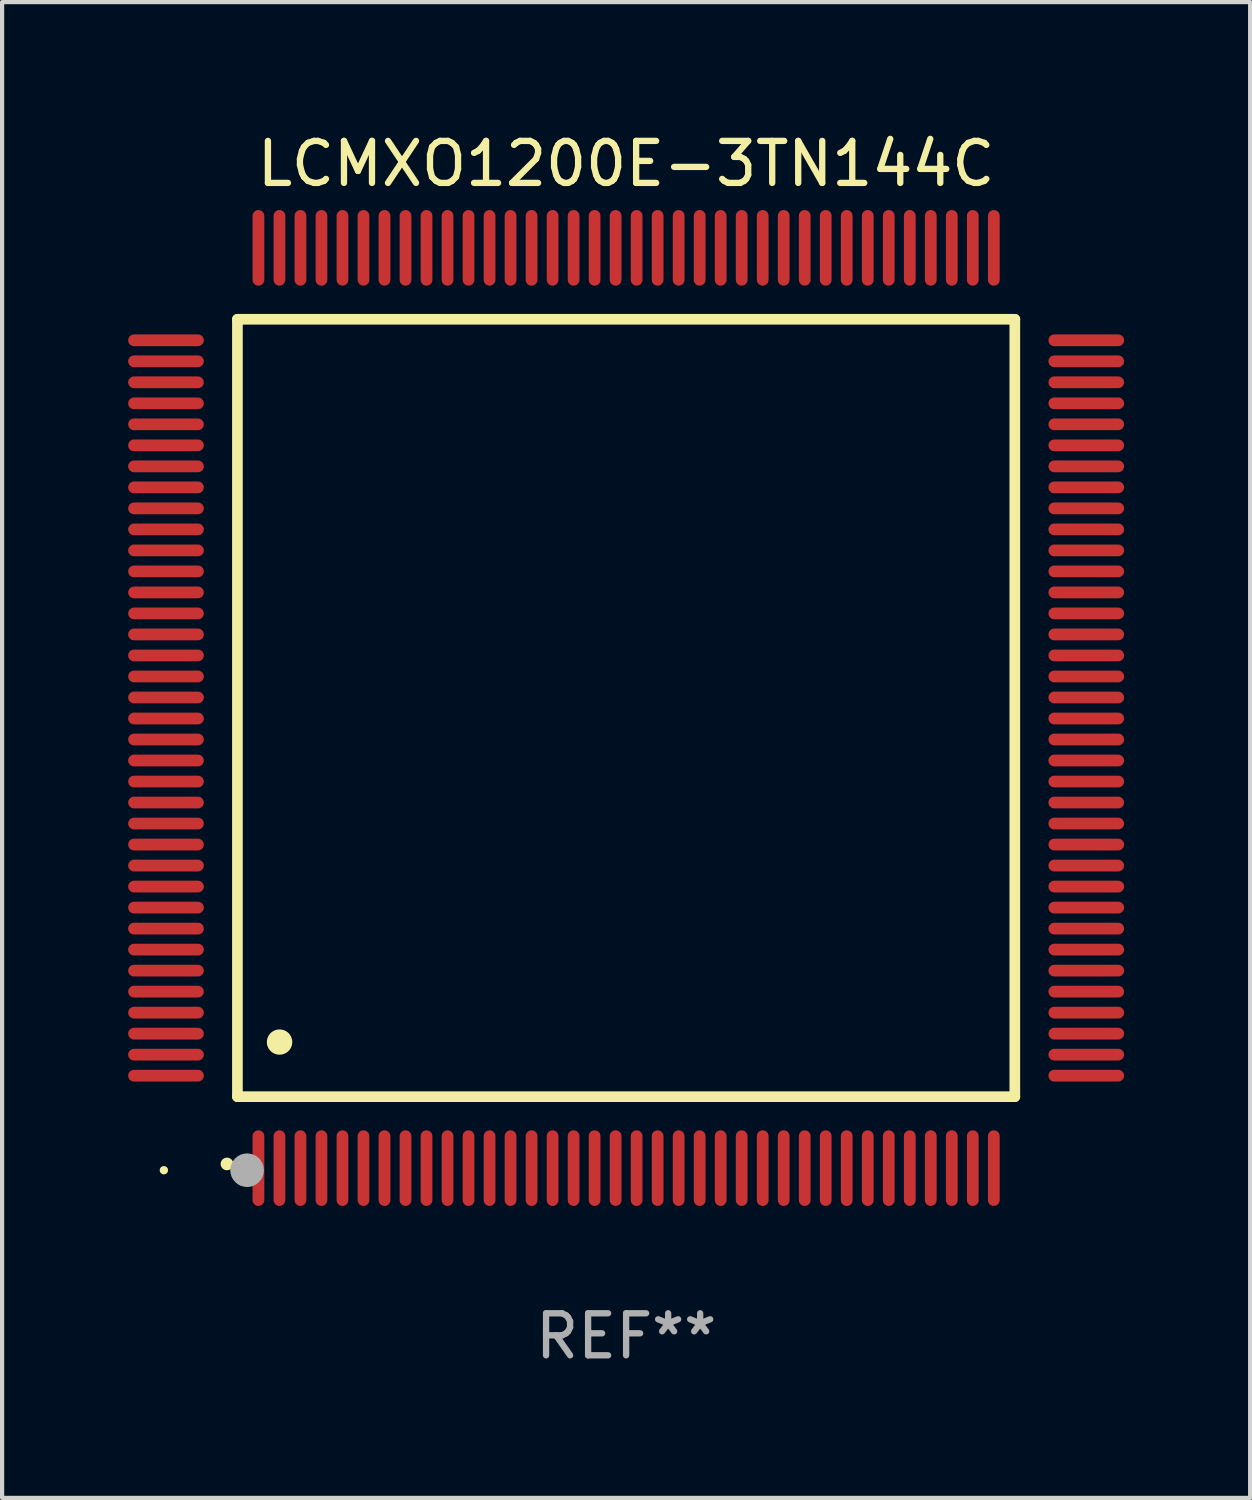
<source format=kicad_pcb>
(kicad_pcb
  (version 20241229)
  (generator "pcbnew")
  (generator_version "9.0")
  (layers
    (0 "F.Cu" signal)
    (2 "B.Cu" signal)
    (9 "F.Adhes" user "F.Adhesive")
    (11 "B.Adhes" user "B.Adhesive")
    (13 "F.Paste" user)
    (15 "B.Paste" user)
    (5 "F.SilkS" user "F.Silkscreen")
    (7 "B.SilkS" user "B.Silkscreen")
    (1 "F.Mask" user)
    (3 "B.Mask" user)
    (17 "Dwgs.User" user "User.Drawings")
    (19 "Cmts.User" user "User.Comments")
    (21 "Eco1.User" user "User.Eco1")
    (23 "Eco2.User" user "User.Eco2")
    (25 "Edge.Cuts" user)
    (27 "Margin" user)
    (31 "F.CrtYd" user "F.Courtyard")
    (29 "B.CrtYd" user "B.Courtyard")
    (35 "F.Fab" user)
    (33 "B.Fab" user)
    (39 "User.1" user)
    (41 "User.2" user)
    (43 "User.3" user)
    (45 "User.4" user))
  (footprint "LCMXO1200E-3TN144C"
    (layer "F.Cu")
    (at 11.85 13.798)
    (property "Reference" "LCMXO1200E-3TN144C" (at 0 -12.95 0) (layer "F.SilkS") (effects (font (size 1 1) (thickness 0.15))))
    (attr through_hole)
    (fp_line (start -9.25 -9.25) (end -9.25 9.25) (stroke (width 0.254) (type solid)) (layer "F.SilkS"))
    (fp_line (start -9.25 9.25) (end 9.25 9.25) (stroke (width 0.254) (type solid)) (layer "F.SilkS"))
    (fp_line (start 9.25 -9.25) (end -9.25 -9.25) (stroke (width 0.254) (type solid)) (layer "F.SilkS"))
    (fp_line (start 9.25 9.25) (end 9.25 -9.25) (stroke (width 0.254) (type solid)) (layer "F.SilkS"))
    (fp_arc (start -9.499619 10.850902) (mid -9.498349 10.850897) (end -9.497079 10.850902) (stroke (width 0.3) (type solid)) (layer "F.SilkS"))
    (fp_arc (start -8.249936 7.950216) (mid -8.247396 7.950205) (end -8.244856 7.950216) (stroke (width 0.6) (type solid)) (layer "F.SilkS"))
    (fp_circle (center -11 11) (end -10.95 11) (stroke (width 0.1) (type solid)) (fill no) (layer "F.SilkS"))
    (fp_circle (center -9.02 11) (end -8.82 11) (stroke (width 0.4) (type solid)) (fill no) (layer "F.Fab"))
    (fp_text user "REF**" (at 0 14.95 0) (layer "F.Fab") (effects (font (size 1 1) (thickness 0.15))))
    (pad "1" smd oval (at -8.75 10.95) (size 0.28 1.8) (layers "F.Cu" "F.Mask" "F.Paste"))
    (pad "2" smd oval (at -8.25 10.95) (size 0.28 1.8) (layers "F.Cu" "F.Mask" "F.Paste"))
    (pad "3" smd oval (at -7.75 10.95) (size 0.28 1.8) (layers "F.Cu" "F.Mask" "F.Paste"))
    (pad "4" smd oval (at -7.25 10.95) (size 0.28 1.8) (layers "F.Cu" "F.Mask" "F.Paste"))
    (pad "5" smd oval (at -6.75 10.95) (size 0.28 1.8) (layers "F.Cu" "F.Mask" "F.Paste"))
    (pad "6" smd oval (at -6.25 10.95) (size 0.28 1.8) (layers "F.Cu" "F.Mask" "F.Paste"))
    (pad "7" smd oval (at -5.75 10.95) (size 0.28 1.8) (layers "F.Cu" "F.Mask" "F.Paste"))
    (pad "8" smd oval (at -5.25 10.95) (size 0.28 1.8) (layers "F.Cu" "F.Mask" "F.Paste"))
    (pad "9" smd oval (at -4.75 10.95) (size 0.28 1.8) (layers "F.Cu" "F.Mask" "F.Paste"))
    (pad "10" smd oval (at -4.25 10.95) (size 0.28 1.8) (layers "F.Cu" "F.Mask" "F.Paste"))
    (pad "11" smd oval (at -3.75 10.95) (size 0.28 1.8) (layers "F.Cu" "F.Mask" "F.Paste"))
    (pad "12" smd oval (at -3.25 10.95) (size 0.28 1.8) (layers "F.Cu" "F.Mask" "F.Paste"))
    (pad "13" smd oval (at -2.75 10.95) (size 0.28 1.8) (layers "F.Cu" "F.Mask" "F.Paste"))
    (pad "14" smd oval (at -2.25 10.95) (size 0.28 1.8) (layers "F.Cu" "F.Mask" "F.Paste"))
    (pad "15" smd oval (at -1.75 10.95) (size 0.28 1.8) (layers "F.Cu" "F.Mask" "F.Paste"))
    (pad "16" smd oval (at -1.25 10.95) (size 0.28 1.8) (layers "F.Cu" "F.Mask" "F.Paste"))
    (pad "17" smd oval (at -0.75 10.95) (size 0.28 1.8) (layers "F.Cu" "F.Mask" "F.Paste"))
    (pad "18" smd oval (at -0.25 10.95) (size 0.28 1.8) (layers "F.Cu" "F.Mask" "F.Paste"))
    (pad "19" smd oval (at 0.25 10.95) (size 0.28 1.8) (layers "F.Cu" "F.Mask" "F.Paste"))
    (pad "20" smd oval (at 0.75 10.95) (size 0.28 1.8) (layers "F.Cu" "F.Mask" "F.Paste"))
    (pad "21" smd oval (at 1.25 10.95) (size 0.28 1.8) (layers "F.Cu" "F.Mask" "F.Paste"))
    (pad "22" smd oval (at 1.75 10.95) (size 0.28 1.8) (layers "F.Cu" "F.Mask" "F.Paste"))
    (pad "23" smd oval (at 2.25 10.95) (size 0.28 1.8) (layers "F.Cu" "F.Mask" "F.Paste"))
    (pad "24" smd oval (at 2.75 10.95) (size 0.28 1.8) (layers "F.Cu" "F.Mask" "F.Paste"))
    (pad "25" smd oval (at 3.25 10.95) (size 0.28 1.8) (layers "F.Cu" "F.Mask" "F.Paste"))
    (pad "26" smd oval (at 3.75 10.95) (size 0.28 1.8) (layers "F.Cu" "F.Mask" "F.Paste"))
    (pad "27" smd oval (at 4.25 10.95) (size 0.28 1.8) (layers "F.Cu" "F.Mask" "F.Paste"))
    (pad "28" smd oval (at 4.75 10.95) (size 0.28 1.8) (layers "F.Cu" "F.Mask" "F.Paste"))
    (pad "29" smd oval (at 5.25 10.95) (size 0.28 1.8) (layers "F.Cu" "F.Mask" "F.Paste"))
    (pad "30" smd oval (at 5.75 10.95) (size 0.28 1.8) (layers "F.Cu" "F.Mask" "F.Paste"))
    (pad "31" smd oval (at 6.25 10.95) (size 0.28 1.8) (layers "F.Cu" "F.Mask" "F.Paste"))
    (pad "32" smd oval (at 6.75 10.95) (size 0.28 1.8) (layers "F.Cu" "F.Mask" "F.Paste"))
    (pad "33" smd oval (at 7.25 10.95) (size 0.28 1.8) (layers "F.Cu" "F.Mask" "F.Paste"))
    (pad "34" smd oval (at 7.75 10.95) (size 0.28 1.8) (layers "F.Cu" "F.Mask" "F.Paste"))
    (pad "35" smd oval (at 8.25 10.95) (size 0.28 1.8) (layers "F.Cu" "F.Mask" "F.Paste"))
    (pad "36" smd oval (at 8.75 10.95) (size 0.28 1.8) (layers "F.Cu" "F.Mask" "F.Paste"))
    (pad "37" smd oval (at 10.95 8.75) (size 1.8 0.28) (layers "F.Cu" "F.Mask" "F.Paste"))
    (pad "38" smd oval (at 10.95 8.25) (size 1.8 0.28) (layers "F.Cu" "F.Mask" "F.Paste"))
    (pad "39" smd oval (at 10.95 7.75) (size 1.8 0.28) (layers "F.Cu" "F.Mask" "F.Paste"))
    (pad "40" smd oval (at 10.95 7.25) (size 1.8 0.28) (layers "F.Cu" "F.Mask" "F.Paste"))
    (pad "41" smd oval (at 10.95 6.75) (size 1.8 0.28) (layers "F.Cu" "F.Mask" "F.Paste"))
    (pad "42" smd oval (at 10.95 6.25) (size 1.8 0.28) (layers "F.Cu" "F.Mask" "F.Paste"))
    (pad "43" smd oval (at 10.95 5.75) (size 1.8 0.28) (layers "F.Cu" "F.Mask" "F.Paste"))
    (pad "44" smd oval (at 10.95 5.25) (size 1.8 0.28) (layers "F.Cu" "F.Mask" "F.Paste"))
    (pad "45" smd oval (at 10.95 4.75) (size 1.8 0.28) (layers "F.Cu" "F.Mask" "F.Paste"))
    (pad "46" smd oval (at 10.95 4.25) (size 1.8 0.28) (layers "F.Cu" "F.Mask" "F.Paste"))
    (pad "47" smd oval (at 10.95 3.75) (size 1.8 0.28) (layers "F.Cu" "F.Mask" "F.Paste"))
    (pad "48" smd oval (at 10.95 3.25) (size 1.8 0.28) (layers "F.Cu" "F.Mask" "F.Paste"))
    (pad "49" smd oval (at 10.95 2.75) (size 1.8 0.28) (layers "F.Cu" "F.Mask" "F.Paste"))
    (pad "50" smd oval (at 10.95 2.25) (size 1.8 0.28) (layers "F.Cu" "F.Mask" "F.Paste"))
    (pad "51" smd oval (at 10.95 1.75) (size 1.8 0.28) (layers "F.Cu" "F.Mask" "F.Paste"))
    (pad "52" smd oval (at 10.95 1.25) (size 1.8 0.28) (layers "F.Cu" "F.Mask" "F.Paste"))
    (pad "53" smd oval (at 10.95 0.75) (size 1.8 0.28) (layers "F.Cu" "F.Mask" "F.Paste"))
    (pad "54" smd oval (at 10.95 0.25) (size 1.8 0.28) (layers "F.Cu" "F.Mask" "F.Paste"))
    (pad "55" smd oval (at 10.95 -0.25) (size 1.8 0.28) (layers "F.Cu" "F.Mask" "F.Paste"))
    (pad "56" smd oval (at 10.95 -0.75) (size 1.8 0.28) (layers "F.Cu" "F.Mask" "F.Paste"))
    (pad "57" smd oval (at 10.95 -1.25) (size 1.8 0.28) (layers "F.Cu" "F.Mask" "F.Paste"))
    (pad "58" smd oval (at 10.95 -1.75) (size 1.8 0.28) (layers "F.Cu" "F.Mask" "F.Paste"))
    (pad "59" smd oval (at 10.95 -2.25) (size 1.8 0.28) (layers "F.Cu" "F.Mask" "F.Paste"))
    (pad "60" smd oval (at 10.95 -2.75) (size 1.8 0.28) (layers "F.Cu" "F.Mask" "F.Paste"))
    (pad "61" smd oval (at 10.95 -3.25) (size 1.8 0.28) (layers "F.Cu" "F.Mask" "F.Paste"))
    (pad "62" smd oval (at 10.95 -3.75) (size 1.8 0.28) (layers "F.Cu" "F.Mask" "F.Paste"))
    (pad "63" smd oval (at 10.95 -4.25) (size 1.8 0.28) (layers "F.Cu" "F.Mask" "F.Paste"))
    (pad "64" smd oval (at 10.95 -4.75) (size 1.8 0.28) (layers "F.Cu" "F.Mask" "F.Paste"))
    (pad "65" smd oval (at 10.95 -5.25) (size 1.8 0.28) (layers "F.Cu" "F.Mask" "F.Paste"))
    (pad "66" smd oval (at 10.95 -5.75) (size 1.8 0.28) (layers "F.Cu" "F.Mask" "F.Paste"))
    (pad "67" smd oval (at 10.95 -6.25) (size 1.8 0.28) (layers "F.Cu" "F.Mask" "F.Paste"))
    (pad "68" smd oval (at 10.95 -6.75) (size 1.8 0.28) (layers "F.Cu" "F.Mask" "F.Paste"))
    (pad "69" smd oval (at 10.95 -7.25) (size 1.8 0.28) (layers "F.Cu" "F.Mask" "F.Paste"))
    (pad "70" smd oval (at 10.95 -7.75) (size 1.8 0.28) (layers "F.Cu" "F.Mask" "F.Paste"))
    (pad "71" smd oval (at 10.95 -8.25) (size 1.8 0.28) (layers "F.Cu" "F.Mask" "F.Paste"))
    (pad "72" smd oval (at 10.95 -8.75) (size 1.8 0.28) (layers "F.Cu" "F.Mask" "F.Paste"))
    (pad "73" smd oval (at 8.75 -10.95) (size 0.28 1.8) (layers "F.Cu" "F.Mask" "F.Paste"))
    (pad "74" smd oval (at 8.25 -10.95) (size 0.28 1.8) (layers "F.Cu" "F.Mask" "F.Paste"))
    (pad "75" smd oval (at 7.75 -10.95) (size 0.28 1.8) (layers "F.Cu" "F.Mask" "F.Paste"))
    (pad "76" smd oval (at 7.25 -10.95) (size 0.28 1.8) (layers "F.Cu" "F.Mask" "F.Paste"))
    (pad "77" smd oval (at 6.75 -10.95) (size 0.28 1.8) (layers "F.Cu" "F.Mask" "F.Paste"))
    (pad "78" smd oval (at 6.25 -10.95) (size 0.28 1.8) (layers "F.Cu" "F.Mask" "F.Paste"))
    (pad "79" smd oval (at 5.75 -10.95) (size 0.28 1.8) (layers "F.Cu" "F.Mask" "F.Paste"))
    (pad "80" smd oval (at 5.25 -10.95) (size 0.28 1.8) (layers "F.Cu" "F.Mask" "F.Paste"))
    (pad "81" smd oval (at 4.75 -10.95) (size 0.28 1.8) (layers "F.Cu" "F.Mask" "F.Paste"))
    (pad "82" smd oval (at 4.25 -10.95) (size 0.28 1.8) (layers "F.Cu" "F.Mask" "F.Paste"))
    (pad "83" smd oval (at 3.75 -10.95) (size 0.28 1.8) (layers "F.Cu" "F.Mask" "F.Paste"))
    (pad "84" smd oval (at 3.25 -10.95) (size 0.28 1.8) (layers "F.Cu" "F.Mask" "F.Paste"))
    (pad "85" smd oval (at 2.75 -10.95) (size 0.28 1.8) (layers "F.Cu" "F.Mask" "F.Paste"))
    (pad "86" smd oval (at 2.25 -10.95) (size 0.28 1.8) (layers "F.Cu" "F.Mask" "F.Paste"))
    (pad "87" smd oval (at 1.75 -10.95) (size 0.28 1.8) (layers "F.Cu" "F.Mask" "F.Paste"))
    (pad "88" smd oval (at 1.25 -10.95) (size 0.28 1.8) (layers "F.Cu" "F.Mask" "F.Paste"))
    (pad "89" smd oval (at 0.75 -10.95) (size 0.28 1.8) (layers "F.Cu" "F.Mask" "F.Paste"))
    (pad "90" smd oval (at 0.25 -10.95) (size 0.28 1.8) (layers "F.Cu" "F.Mask" "F.Paste"))
    (pad "91" smd oval (at -0.25 -10.95) (size 0.28 1.8) (layers "F.Cu" "F.Mask" "F.Paste"))
    (pad "92" smd oval (at -0.75 -10.95) (size 0.28 1.8) (layers "F.Cu" "F.Mask" "F.Paste"))
    (pad "93" smd oval (at -1.25 -10.95) (size 0.28 1.8) (layers "F.Cu" "F.Mask" "F.Paste"))
    (pad "94" smd oval (at -1.75 -10.95) (size 0.28 1.8) (layers "F.Cu" "F.Mask" "F.Paste"))
    (pad "95" smd oval (at -2.25 -10.95) (size 0.28 1.8) (layers "F.Cu" "F.Mask" "F.Paste"))
    (pad "96" smd oval (at -2.75 -10.95) (size 0.28 1.8) (layers "F.Cu" "F.Mask" "F.Paste"))
    (pad "97" smd oval (at -3.25 -10.95) (size 0.28 1.8) (layers "F.Cu" "F.Mask" "F.Paste"))
    (pad "98" smd oval (at -3.75 -10.95) (size 0.28 1.8) (layers "F.Cu" "F.Mask" "F.Paste"))
    (pad "99" smd oval (at -4.25 -10.95) (size 0.28 1.8) (layers "F.Cu" "F.Mask" "F.Paste"))
    (pad "100" smd oval (at -4.75 -10.95) (size 0.28 1.8) (layers "F.Cu" "F.Mask" "F.Paste"))
    (pad "101" smd oval (at -5.25 -10.95) (size 0.28 1.8) (layers "F.Cu" "F.Mask" "F.Paste"))
    (pad "102" smd oval (at -5.75 -10.95) (size 0.28 1.8) (layers "F.Cu" "F.Mask" "F.Paste"))
    (pad "103" smd oval (at -6.25 -10.95) (size 0.28 1.8) (layers "F.Cu" "F.Mask" "F.Paste"))
    (pad "104" smd oval (at -6.75 -10.95) (size 0.28 1.8) (layers "F.Cu" "F.Mask" "F.Paste"))
    (pad "105" smd oval (at -7.25 -10.95) (size 0.28 1.8) (layers "F.Cu" "F.Mask" "F.Paste"))
    (pad "106" smd oval (at -7.75 -10.95) (size 0.28 1.8) (layers "F.Cu" "F.Mask" "F.Paste"))
    (pad "107" smd oval (at -8.25 -10.95) (size 0.28 1.8) (layers "F.Cu" "F.Mask" "F.Paste"))
    (pad "108" smd oval (at -8.75 -10.95) (size 0.28 1.8) (layers "F.Cu" "F.Mask" "F.Paste"))
    (pad "109" smd oval (at -10.95 -8.75) (size 1.8 0.28) (layers "F.Cu" "F.Mask" "F.Paste"))
    (pad "110" smd oval (at -10.95 -8.25) (size 1.8 0.28) (layers "F.Cu" "F.Mask" "F.Paste"))
    (pad "111" smd oval (at -10.95 -7.75) (size 1.8 0.28) (layers "F.Cu" "F.Mask" "F.Paste"))
    (pad "112" smd oval (at -10.95 -7.25) (size 1.8 0.28) (layers "F.Cu" "F.Mask" "F.Paste"))
    (pad "113" smd oval (at -10.95 -6.75) (size 1.8 0.28) (layers "F.Cu" "F.Mask" "F.Paste"))
    (pad "114" smd oval (at -10.95 -6.25) (size 1.8 0.28) (layers "F.Cu" "F.Mask" "F.Paste"))
    (pad "115" smd oval (at -10.95 -5.75) (size 1.8 0.28) (layers "F.Cu" "F.Mask" "F.Paste"))
    (pad "116" smd oval (at -10.95 -5.25) (size 1.8 0.28) (layers "F.Cu" "F.Mask" "F.Paste"))
    (pad "117" smd oval (at -10.95 -4.75) (size 1.8 0.28) (layers "F.Cu" "F.Mask" "F.Paste"))
    (pad "118" smd oval (at -10.95 -4.25) (size 1.8 0.28) (layers "F.Cu" "F.Mask" "F.Paste"))
    (pad "119" smd oval (at -10.95 -3.75) (size 1.8 0.28) (layers "F.Cu" "F.Mask" "F.Paste"))
    (pad "120" smd oval (at -10.95 -3.25) (size 1.8 0.28) (layers "F.Cu" "F.Mask" "F.Paste"))
    (pad "121" smd oval (at -10.95 -2.75) (size 1.8 0.28) (layers "F.Cu" "F.Mask" "F.Paste"))
    (pad "122" smd oval (at -10.95 -2.25) (size 1.8 0.28) (layers "F.Cu" "F.Mask" "F.Paste"))
    (pad "123" smd oval (at -10.95 -1.75) (size 1.8 0.28) (layers "F.Cu" "F.Mask" "F.Paste"))
    (pad "124" smd oval (at -10.95 -1.25) (size 1.8 0.28) (layers "F.Cu" "F.Mask" "F.Paste"))
    (pad "125" smd oval (at -10.95 -0.75) (size 1.8 0.28) (layers "F.Cu" "F.Mask" "F.Paste"))
    (pad "126" smd oval (at -10.95 -0.25) (size 1.8 0.28) (layers "F.Cu" "F.Mask" "F.Paste"))
    (pad "127" smd oval (at -10.95 0.25) (size 1.8 0.28) (layers "F.Cu" "F.Mask" "F.Paste"))
    (pad "128" smd oval (at -10.95 0.75) (size 1.8 0.28) (layers "F.Cu" "F.Mask" "F.Paste"))
    (pad "129" smd oval (at -10.95 1.25) (size 1.8 0.28) (layers "F.Cu" "F.Mask" "F.Paste"))
    (pad "130" smd oval (at -10.95 1.75) (size 1.8 0.28) (layers "F.Cu" "F.Mask" "F.Paste"))
    (pad "131" smd oval (at -10.95 2.25) (size 1.8 0.28) (layers "F.Cu" "F.Mask" "F.Paste"))
    (pad "132" smd oval (at -10.95 2.75) (size 1.8 0.28) (layers "F.Cu" "F.Mask" "F.Paste"))
    (pad "133" smd oval (at -10.95 3.25) (size 1.8 0.28) (layers "F.Cu" "F.Mask" "F.Paste"))
    (pad "134" smd oval (at -10.95 3.75) (size 1.8 0.28) (layers "F.Cu" "F.Mask" "F.Paste"))
    (pad "135" smd oval (at -10.95 4.25) (size 1.8 0.28) (layers "F.Cu" "F.Mask" "F.Paste"))
    (pad "136" smd oval (at -10.95 4.75) (size 1.8 0.28) (layers "F.Cu" "F.Mask" "F.Paste"))
    (pad "137" smd oval (at -10.95 5.25) (size 1.8 0.28) (layers "F.Cu" "F.Mask" "F.Paste"))
    (pad "138" smd oval (at -10.95 5.75) (size 1.8 0.28) (layers "F.Cu" "F.Mask" "F.Paste"))
    (pad "139" smd oval (at -10.95 6.25) (size 1.8 0.28) (layers "F.Cu" "F.Mask" "F.Paste"))
    (pad "140" smd oval (at -10.95 6.75) (size 1.8 0.28) (layers "F.Cu" "F.Mask" "F.Paste"))
    (pad "141" smd oval (at -10.95 7.25) (size 1.8 0.28) (layers "F.Cu" "F.Mask" "F.Paste"))
    (pad "142" smd oval (at -10.95 7.75) (size 1.8 0.28) (layers "F.Cu" "F.Mask" "F.Paste"))
    (pad "143" smd oval (at -10.95 8.25) (size 1.8 0.28) (layers "F.Cu" "F.Mask" "F.Paste"))
    (pad "144" smd oval (at -10.95 8.75) (size 1.8 0.28) (layers "F.Cu" "F.Mask" "F.Paste")))
  (gr_rect
    (start -3 -3)
    (end 26.7 32.596)
    (stroke (width 0.1) (type default))
    (fill no)
    (layer "Edge.Cuts")))
</source>
